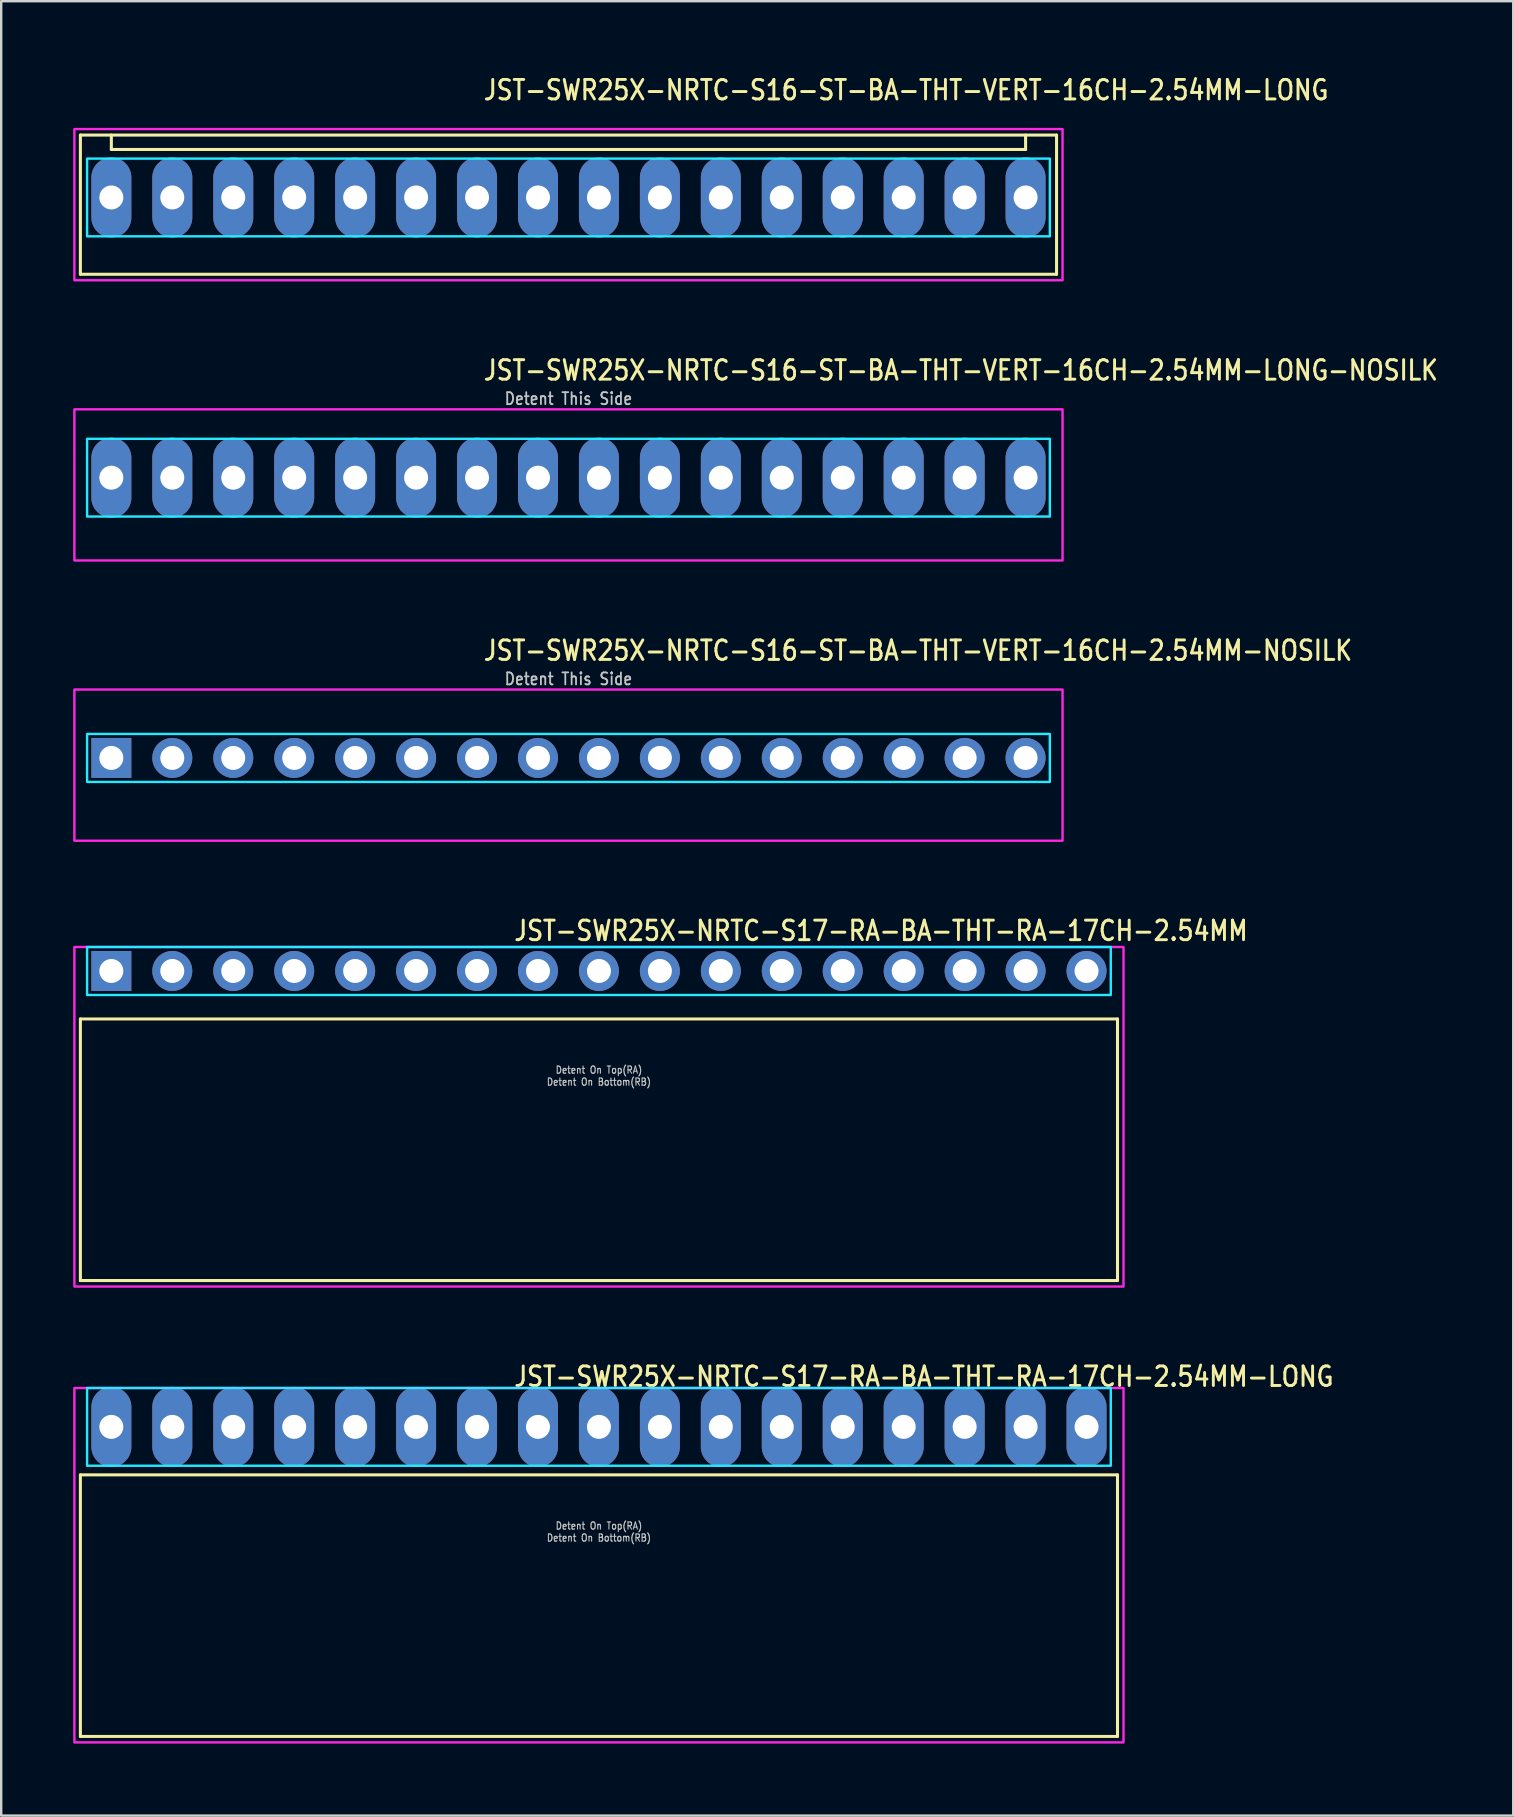
<source format=kicad_pcb>
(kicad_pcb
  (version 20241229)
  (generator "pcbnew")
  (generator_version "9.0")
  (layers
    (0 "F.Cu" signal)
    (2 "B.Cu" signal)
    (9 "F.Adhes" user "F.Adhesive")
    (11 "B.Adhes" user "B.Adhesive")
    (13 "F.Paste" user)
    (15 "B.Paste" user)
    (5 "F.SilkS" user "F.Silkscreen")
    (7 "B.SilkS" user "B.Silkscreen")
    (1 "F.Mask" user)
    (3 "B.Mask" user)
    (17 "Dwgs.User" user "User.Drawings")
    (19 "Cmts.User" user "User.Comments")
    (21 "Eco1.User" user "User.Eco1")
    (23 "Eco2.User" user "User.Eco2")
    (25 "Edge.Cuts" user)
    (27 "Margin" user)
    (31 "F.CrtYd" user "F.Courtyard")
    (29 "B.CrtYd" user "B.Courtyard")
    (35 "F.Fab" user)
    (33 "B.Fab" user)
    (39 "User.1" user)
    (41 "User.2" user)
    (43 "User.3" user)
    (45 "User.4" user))
  (footprint "JST-SWR25X-NRTC-S17-RA-BA-THT-RA-17CH-2.54MM"
    (layer "F.Cu")
    (at 21.91 37.414)
    (property "Reference" "JST-SWR25X-NRTC-S17-RA-BA-THT-RA-17CH-2.54MM" (at -3.6 -1.2 0) (unlocked yes) (layer "F.SilkS") (effects (font (size 0.813 0.695) (thickness 0.122)) (justify left bottom)))
    (fp_line (start -21.61 2) (end 21.61 2) (stroke (width 0.127) (type solid)) (layer "F.SilkS"))
    (fp_line (start -21.61 12.9) (end -21.61 2) (stroke (width 0.127) (type solid)) (layer "F.SilkS"))
    (fp_line (start -21.61 12.9) (end 21.61 12.9) (stroke (width 0.127) (type solid)) (layer "F.SilkS"))
    (fp_line (start 21.61 2) (end 21.61 12.9) (stroke (width 0.127) (type solid)) (layer "F.SilkS"))
    (fp_poly (pts (xy -21.33 -1) (xy -21.33 1) (xy 21.33 1) (xy 21.33 -1)) (stroke (width 0.1) (type solid)) (fill no) (layer "B.CrtYd"))
    (fp_poly (pts (xy -21.86 -1) (xy -21.86 13.15) (xy 21.86 13.15) (xy 21.86 -1)) (stroke (width 0.1) (type solid)) (fill no) (layer "F.CrtYd"))
    (fp_text user "Detent On Bottom(RB)" (at 0 4.8 0) (unlocked yes) (layer "Dwgs.User") (effects (font (size 0.3 0.257) (thickness 0.045)) (justify bottom)))
    (fp_text user "Detent On Top(RA)" (at 0 4.3 0) (unlocked yes) (layer "Dwgs.User") (effects (font (size 0.3 0.257) (thickness 0.045)) (justify bottom)))
    (pad "P$1" thru_hole rect (at -20.32 0) (size 1.667 1.667) (drill 1) (layers "*.Cu" "*.Mask"))
    (pad "P$2" thru_hole oval (at -17.78 0) (size 1.667 1.667) (drill 1) (layers "*.Cu" "*.Mask"))
    (pad "P$3" thru_hole oval (at -15.24 0) (size 1.667 1.667) (drill 1) (layers "*.Cu" "*.Mask"))
    (pad "P$4" thru_hole oval (at -12.7 0) (size 1.667 1.667) (drill 1) (layers "*.Cu" "*.Mask"))
    (pad "P$5" thru_hole oval (at -10.16 0) (size 1.667 1.667) (drill 1) (layers "*.Cu" "*.Mask"))
    (pad "P$6" thru_hole oval (at -7.62 0) (size 1.667 1.667) (drill 1) (layers "*.Cu" "*.Mask"))
    (pad "P$7" thru_hole oval (at -5.08 0) (size 1.667 1.667) (drill 1) (layers "*.Cu" "*.Mask"))
    (pad "P$8" thru_hole oval (at -2.54 0) (size 1.667 1.667) (drill 1) (layers "*.Cu" "*.Mask"))
    (pad "P$9" thru_hole oval (at 0 0) (size 1.667 1.667) (drill 1) (layers "*.Cu" "*.Mask"))
    (pad "P$10" thru_hole oval (at 2.54 0) (size 1.667 1.667) (drill 1) (layers "*.Cu" "*.Mask"))
    (pad "P$11" thru_hole oval (at 5.08 0) (size 1.667 1.667) (drill 1) (layers "*.Cu" "*.Mask"))
    (pad "P$12" thru_hole oval (at 7.62 0) (size 1.667 1.667) (drill 1) (layers "*.Cu" "*.Mask"))
    (pad "P$13" thru_hole oval (at 10.16 0) (size 1.667 1.667) (drill 1) (layers "*.Cu" "*.Mask"))
    (pad "P$14" thru_hole oval (at 12.7 0) (size 1.667 1.667) (drill 1) (layers "*.Cu" "*.Mask"))
    (pad "P$15" thru_hole oval (at 15.24 0) (size 1.667 1.667) (drill 1) (layers "*.Cu" "*.Mask"))
    (pad "P$16" thru_hole oval (at 17.78 0) (size 1.667 1.667) (drill 1) (layers "*.Cu" "*.Mask"))
    (pad "P$17" thru_hole oval (at 20.32 0) (size 1.667 1.667) (drill 1) (layers "*.Cu" "*.Mask")))
  (footprint "JST-SWR25X-NRTC-S17-RA-BA-THT-RA-17CH-2.54MM-LONG"
    (layer "F.Cu")
    (at 21.91 56.413)
    (property "Reference" "JST-SWR25X-NRTC-S17-RA-BA-THT-RA-17CH-2.54MM-LONG" (at -3.6 -1.62 0) (unlocked yes) (layer "F.SilkS") (effects (font (size 0.813 0.695) (thickness 0.122)) (justify left bottom)))
    (fp_line (start -21.61 2) (end 21.61 2) (stroke (width 0.127) (type solid)) (layer "F.SilkS"))
    (fp_line (start -21.61 12.9) (end -21.61 2) (stroke (width 0.127) (type solid)) (layer "F.SilkS"))
    (fp_line (start -21.61 12.9) (end 21.61 12.9) (stroke (width 0.127) (type solid)) (layer "F.SilkS"))
    (fp_line (start 21.61 2) (end 21.61 12.9) (stroke (width 0.127) (type solid)) (layer "F.SilkS"))
    (fp_poly (pts (xy -21.33 -1.62) (xy -21.33 1.62) (xy 21.33 1.62) (xy 21.33 -1.62)) (stroke (width 0.1) (type solid)) (fill no) (layer "B.CrtYd"))
    (fp_poly (pts (xy -21.86 -1.62) (xy -21.86 13.15) (xy 21.86 13.15) (xy 21.86 -1.62)) (stroke (width 0.1) (type solid)) (fill no) (layer "F.CrtYd"))
    (fp_text user "Detent On Bottom(RB)" (at 0 4.8 0) (unlocked yes) (layer "Dwgs.User") (effects (font (size 0.3 0.257) (thickness 0.045)) (justify bottom)))
    (fp_text user "Detent On Top(RA)" (at 0 4.3 0) (unlocked yes) (layer "Dwgs.User") (effects (font (size 0.3 0.257) (thickness 0.045)) (justify bottom)))
    (pad "P$1" thru_hole oval (at -20.32 0 90) (size 3.333 1.667) (drill 1) (layers "*.Cu" "*.Mask"))
    (pad "P$2" thru_hole oval (at -17.78 0 90) (size 3.333 1.667) (drill 1) (layers "*.Cu" "*.Mask"))
    (pad "P$3" thru_hole oval (at -15.24 0 90) (size 3.333 1.667) (drill 1) (layers "*.Cu" "*.Mask"))
    (pad "P$4" thru_hole oval (at -12.7 0 90) (size 3.333 1.667) (drill 1) (layers "*.Cu" "*.Mask"))
    (pad "P$5" thru_hole oval (at -10.16 0 90) (size 3.333 1.667) (drill 1) (layers "*.Cu" "*.Mask"))
    (pad "P$6" thru_hole oval (at -7.62 0 90) (size 3.333 1.667) (drill 1) (layers "*.Cu" "*.Mask"))
    (pad "P$7" thru_hole oval (at -5.08 0 90) (size 3.333 1.667) (drill 1) (layers "*.Cu" "*.Mask"))
    (pad "P$8" thru_hole oval (at -2.54 0 90) (size 3.333 1.667) (drill 1) (layers "*.Cu" "*.Mask"))
    (pad "P$9" thru_hole oval (at 0 0 90) (size 3.333 1.667) (drill 1) (layers "*.Cu" "*.Mask"))
    (pad "P$10" thru_hole oval (at 2.54 0 90) (size 3.333 1.667) (drill 1) (layers "*.Cu" "*.Mask"))
    (pad "P$11" thru_hole oval (at 5.08 0 90) (size 3.333 1.667) (drill 1) (layers "*.Cu" "*.Mask"))
    (pad "P$12" thru_hole oval (at 7.62 0 90) (size 3.333 1.667) (drill 1) (layers "*.Cu" "*.Mask"))
    (pad "P$13" thru_hole oval (at 10.16 0 90) (size 3.333 1.667) (drill 1) (layers "*.Cu" "*.Mask"))
    (pad "P$14" thru_hole oval (at 12.7 0 90) (size 3.333 1.667) (drill 1) (layers "*.Cu" "*.Mask"))
    (pad "P$15" thru_hole oval (at 15.24 0 90) (size 3.333 1.667) (drill 1) (layers "*.Cu" "*.Mask"))
    (pad "P$16" thru_hole oval (at 17.78 0 90) (size 3.333 1.667) (drill 1) (layers "*.Cu" "*.Mask"))
    (pad "P$17" thru_hole oval (at 20.32 0 90) (size 3.333 1.667) (drill 1) (layers "*.Cu" "*.Mask")))
  (footprint "JST-SWR25X-NRTC-S16-ST-BA-THT-VERT-16CH-2.54MM-LONG-NOSILK"
    (layer "F.Cu")
    (at 20.64 16.857)
    (property "Reference" "JST-SWR25X-NRTC-S16-ST-BA-THT-VERT-16CH-2.54MM-LONG-NOSILK" (at -3.6 -4 0) (unlocked yes) (layer "F.SilkS") (effects (font (size 0.813 0.695) (thickness 0.122)) (justify left bottom)))
    (fp_poly (pts (xy -20.06 -1.62) (xy -20.06 1.62) (xy 20.06 1.62) (xy 20.06 -1.62)) (stroke (width 0.1) (type solid)) (fill no) (layer "B.CrtYd"))
    (fp_poly (pts (xy -20.59 -2.85) (xy -20.59 3.45) (xy 20.59 3.45) (xy 20.59 -2.85)) (stroke (width 0.1) (type solid)) (fill no) (layer "F.CrtYd"))
    (fp_text user "Detent This Side" (at 0 -3 0) (unlocked yes) (layer "Dwgs.User") (effects (font (size 0.5 0.427) (thickness 0.075)) (justify bottom)))
    (pad "P$1" thru_hole oval (at -19.05 0 90) (size 3.333 1.667) (drill 1) (layers "*.Cu" "*.Mask"))
    (pad "P$2" thru_hole oval (at -16.51 0 90) (size 3.333 1.667) (drill 1) (layers "*.Cu" "*.Mask"))
    (pad "P$3" thru_hole oval (at -13.97 0 90) (size 3.333 1.667) (drill 1) (layers "*.Cu" "*.Mask"))
    (pad "P$4" thru_hole oval (at -11.43 0 90) (size 3.333 1.667) (drill 1) (layers "*.Cu" "*.Mask"))
    (pad "P$5" thru_hole oval (at -8.89 0 90) (size 3.333 1.667) (drill 1) (layers "*.Cu" "*.Mask"))
    (pad "P$6" thru_hole oval (at -6.35 0 90) (size 3.333 1.667) (drill 1) (layers "*.Cu" "*.Mask"))
    (pad "P$7" thru_hole oval (at -3.81 0 90) (size 3.333 1.667) (drill 1) (layers "*.Cu" "*.Mask"))
    (pad "P$8" thru_hole oval (at -1.27 0 90) (size 3.333 1.667) (drill 1) (layers "*.Cu" "*.Mask"))
    (pad "P$9" thru_hole oval (at 1.27 0 90) (size 3.333 1.667) (drill 1) (layers "*.Cu" "*.Mask"))
    (pad "P$10" thru_hole oval (at 3.81 0 90) (size 3.333 1.667) (drill 1) (layers "*.Cu" "*.Mask"))
    (pad "P$11" thru_hole oval (at 6.35 0 90) (size 3.333 1.667) (drill 1) (layers "*.Cu" "*.Mask"))
    (pad "P$12" thru_hole oval (at 8.89 0 90) (size 3.333 1.667) (drill 1) (layers "*.Cu" "*.Mask"))
    (pad "P$13" thru_hole oval (at 11.43 0 90) (size 3.333 1.667) (drill 1) (layers "*.Cu" "*.Mask"))
    (pad "P$14" thru_hole oval (at 13.97 0 90) (size 3.333 1.667) (drill 1) (layers "*.Cu" "*.Mask"))
    (pad "P$15" thru_hole oval (at 16.51 0 90) (size 3.333 1.667) (drill 1) (layers "*.Cu" "*.Mask"))
    (pad "P$16" thru_hole oval (at 19.05 0 90) (size 3.333 1.667) (drill 1) (layers "*.Cu" "*.Mask")))
  (footprint "JST-SWR25X-NRTC-S16-ST-BA-THT-VERT-16CH-2.54MM-LONG"
    (layer "F.Cu")
    (at 20.64 5.179)
    (property "Reference" "JST-SWR25X-NRTC-S16-ST-BA-THT-VERT-16CH-2.54MM-LONG" (at -3.6 -4 0) (unlocked yes) (layer "F.SilkS") (effects (font (size 0.813 0.695) (thickness 0.122)) (justify left bottom)))
    (fp_line (start -20.34 -2.6) (end 20.34 -2.6) (stroke (width 0.127) (type solid)) (layer "F.SilkS"))
    (fp_line (start -20.34 3.2) (end -20.34 -2.6) (stroke (width 0.127) (type solid)) (layer "F.SilkS"))
    (fp_line (start -20.34 3.2) (end 20.34 3.2) (stroke (width 0.127) (type solid)) (layer "F.SilkS"))
    (fp_line (start -19.05 -2.6) (end -19.05 -2) (stroke (width 0.127) (type solid)) (layer "F.SilkS"))
    (fp_line (start -19.05 -2) (end 19.05 -2) (stroke (width 0.127) (type solid)) (layer "F.SilkS"))
    (fp_line (start 19.05 -2.6) (end 19.05 -2) (stroke (width 0.127) (type solid)) (layer "F.SilkS"))
    (fp_line (start 20.34 -2.6) (end 20.34 3.2) (stroke (width 0.127) (type solid)) (layer "F.SilkS"))
    (fp_poly (pts (xy -20.06 -1.62) (xy -20.06 1.62) (xy 20.06 1.62) (xy 20.06 -1.62)) (stroke (width 0.1) (type solid)) (fill no) (layer "B.CrtYd"))
    (fp_poly (pts (xy -20.59 -2.85) (xy -20.59 3.45) (xy 20.59 3.45) (xy 20.59 -2.85)) (stroke (width 0.1) (type solid)) (fill no) (layer "F.CrtYd"))
    (pad "P$1" thru_hole oval (at -19.05 0 90) (size 3.333 1.667) (drill 1) (layers "*.Cu" "*.Mask"))
    (pad "P$2" thru_hole oval (at -16.51 0 90) (size 3.333 1.667) (drill 1) (layers "*.Cu" "*.Mask"))
    (pad "P$3" thru_hole oval (at -13.97 0 90) (size 3.333 1.667) (drill 1) (layers "*.Cu" "*.Mask"))
    (pad "P$4" thru_hole oval (at -11.43 0 90) (size 3.333 1.667) (drill 1) (layers "*.Cu" "*.Mask"))
    (pad "P$5" thru_hole oval (at -8.89 0 90) (size 3.333 1.667) (drill 1) (layers "*.Cu" "*.Mask"))
    (pad "P$6" thru_hole oval (at -6.35 0 90) (size 3.333 1.667) (drill 1) (layers "*.Cu" "*.Mask"))
    (pad "P$7" thru_hole oval (at -3.81 0 90) (size 3.333 1.667) (drill 1) (layers "*.Cu" "*.Mask"))
    (pad "P$8" thru_hole oval (at -1.27 0 90) (size 3.333 1.667) (drill 1) (layers "*.Cu" "*.Mask"))
    (pad "P$9" thru_hole oval (at 1.27 0 90) (size 3.333 1.667) (drill 1) (layers "*.Cu" "*.Mask"))
    (pad "P$10" thru_hole oval (at 3.81 0 90) (size 3.333 1.667) (drill 1) (layers "*.Cu" "*.Mask"))
    (pad "P$11" thru_hole oval (at 6.35 0 90) (size 3.333 1.667) (drill 1) (layers "*.Cu" "*.Mask"))
    (pad "P$12" thru_hole oval (at 8.89 0 90) (size 3.333 1.667) (drill 1) (layers "*.Cu" "*.Mask"))
    (pad "P$13" thru_hole oval (at 11.43 0 90) (size 3.333 1.667) (drill 1) (layers "*.Cu" "*.Mask"))
    (pad "P$14" thru_hole oval (at 13.97 0 90) (size 3.333 1.667) (drill 1) (layers "*.Cu" "*.Mask"))
    (pad "P$15" thru_hole oval (at 16.51 0 90) (size 3.333 1.667) (drill 1) (layers "*.Cu" "*.Mask"))
    (pad "P$16" thru_hole oval (at 19.05 0 90) (size 3.333 1.667) (drill 1) (layers "*.Cu" "*.Mask")))
  (footprint "JST-SWR25X-NRTC-S16-ST-BA-THT-VERT-16CH-2.54MM-NOSILK"
    (layer "F.Cu")
    (at 20.64 28.536)
    (property "Reference" "JST-SWR25X-NRTC-S16-ST-BA-THT-VERT-16CH-2.54MM-NOSILK" (at -3.6 -4 0) (unlocked yes) (layer "F.SilkS") (effects (font (size 0.813 0.695) (thickness 0.122)) (justify left bottom)))
    (fp_poly (pts (xy -20.06 -1) (xy -20.06 1) (xy 20.06 1) (xy 20.06 -1)) (stroke (width 0.1) (type solid)) (fill no) (layer "B.CrtYd"))
    (fp_poly (pts (xy -20.59 -2.85) (xy -20.59 3.45) (xy 20.59 3.45) (xy 20.59 -2.85)) (stroke (width 0.1) (type solid)) (fill no) (layer "F.CrtYd"))
    (fp_text user "Detent This Side" (at 0 -3 0) (unlocked yes) (layer "Dwgs.User") (effects (font (size 0.5 0.427) (thickness 0.075)) (justify bottom)))
    (pad "P$1" thru_hole rect (at -19.05 0) (size 1.667 1.667) (drill 1) (layers "*.Cu" "*.Mask"))
    (pad "P$2" thru_hole oval (at -16.51 0) (size 1.667 1.667) (drill 1) (layers "*.Cu" "*.Mask"))
    (pad "P$3" thru_hole oval (at -13.97 0) (size 1.667 1.667) (drill 1) (layers "*.Cu" "*.Mask"))
    (pad "P$4" thru_hole oval (at -11.43 0) (size 1.667 1.667) (drill 1) (layers "*.Cu" "*.Mask"))
    (pad "P$5" thru_hole oval (at -8.89 0) (size 1.667 1.667) (drill 1) (layers "*.Cu" "*.Mask"))
    (pad "P$6" thru_hole oval (at -6.35 0) (size 1.667 1.667) (drill 1) (layers "*.Cu" "*.Mask"))
    (pad "P$7" thru_hole oval (at -3.81 0) (size 1.667 1.667) (drill 1) (layers "*.Cu" "*.Mask"))
    (pad "P$8" thru_hole oval (at -1.27 0) (size 1.667 1.667) (drill 1) (layers "*.Cu" "*.Mask"))
    (pad "P$9" thru_hole oval (at 1.27 0) (size 1.667 1.667) (drill 1) (layers "*.Cu" "*.Mask"))
    (pad "P$10" thru_hole oval (at 3.81 0) (size 1.667 1.667) (drill 1) (layers "*.Cu" "*.Mask"))
    (pad "P$11" thru_hole oval (at 6.35 0) (size 1.667 1.667) (drill 1) (layers "*.Cu" "*.Mask"))
    (pad "P$12" thru_hole oval (at 8.89 0) (size 1.667 1.667) (drill 1) (layers "*.Cu" "*.Mask"))
    (pad "P$13" thru_hole oval (at 11.43 0) (size 1.667 1.667) (drill 1) (layers "*.Cu" "*.Mask"))
    (pad "P$14" thru_hole oval (at 13.97 0) (size 1.667 1.667) (drill 1) (layers "*.Cu" "*.Mask"))
    (pad "P$15" thru_hole oval (at 16.51 0) (size 1.667 1.667) (drill 1) (layers "*.Cu" "*.Mask"))
    (pad "P$16" thru_hole oval (at 19.05 0) (size 1.667 1.667) (drill 1) (layers "*.Cu" "*.Mask")))
  (gr_rect
    (start -3 -3)
    (end 60.011 72.613)
    (stroke (width 0.1) (type default))
    (fill no)
    (layer "Edge.Cuts")))
</source>
